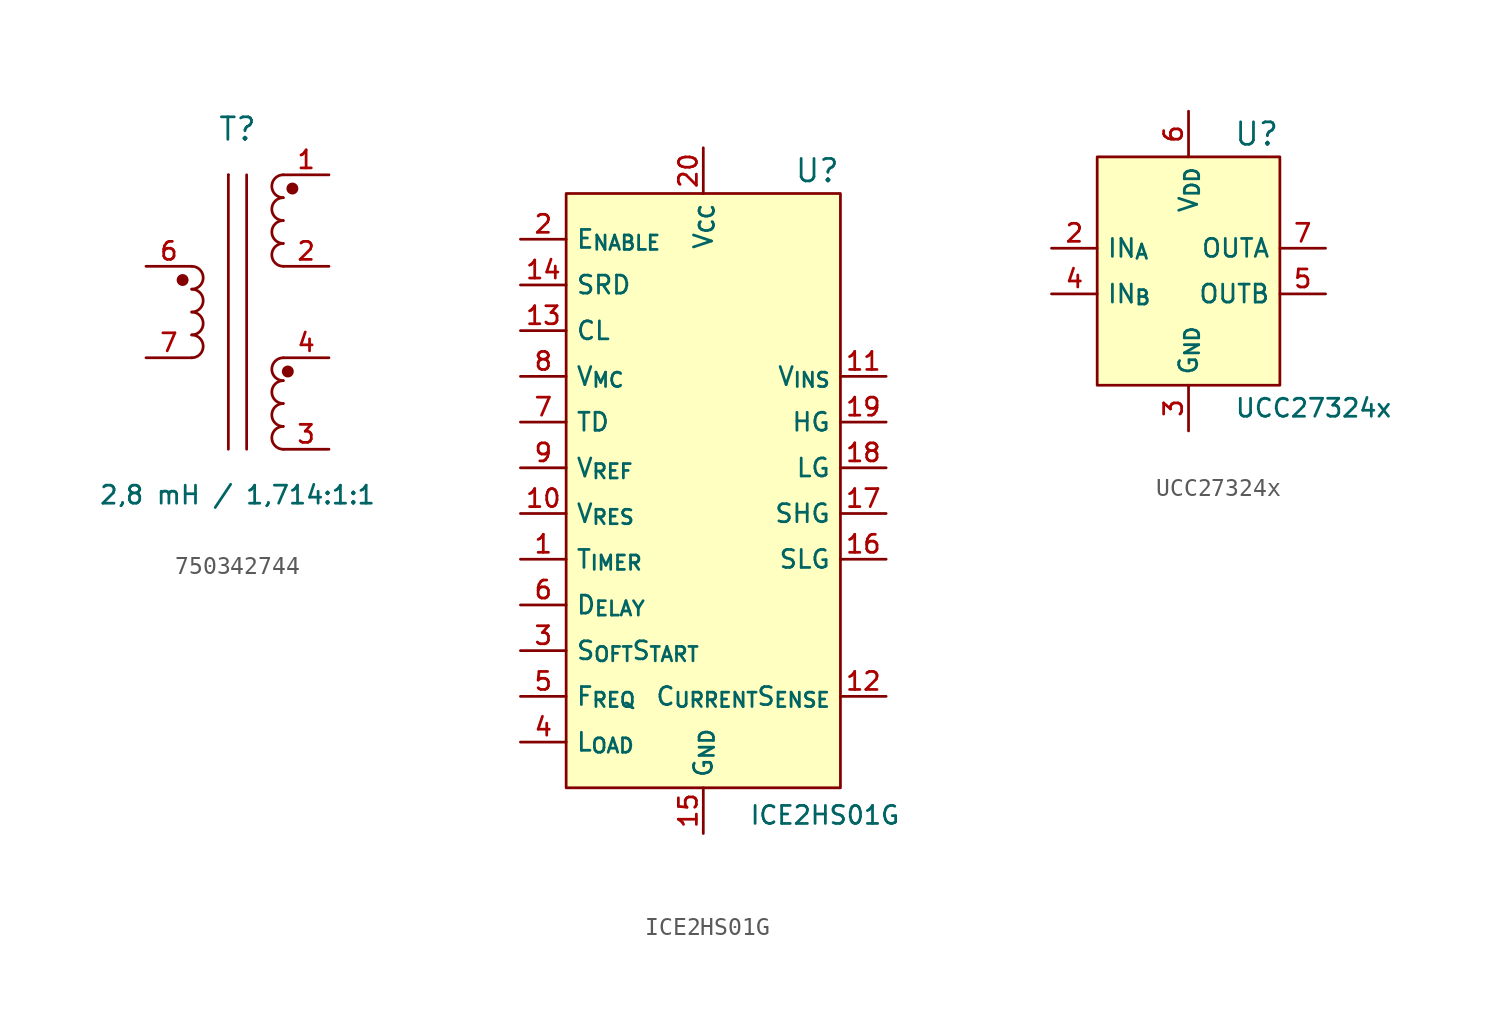
<source format=kicad_sym>
(kicad_symbol_lib
  (version 20241209)
  (generator "kicad_symbol_editor")
  (generator_version "9.0")
  (symbol "750342744"
    (pin_names
      (hide yes))
    (property "Reference" "T"
      (at 0 10.16 0)
      (effects (font (size 1.25 1.25))))
    (property "Value" "2,8 mH / 1,714:1:1"
      (at 0 -10.16 0)
      (effects (font (size 1 1))))
    (symbol "750342744_0_1"
      (arc (start -2.54 2.54) (mid -1.905 1.905) (end -2.54 1.27) (stroke (width 0) (type default)) (fill (type none)))
      (arc (start -2.54 1.27) (mid -1.905 0.635) (end -2.54 0) (stroke (width 0) (type default)) (fill (type none)))
      (arc (start -2.54 0) (mid -1.905 -0.635) (end -2.54 -1.27) (stroke (width 0) (type default)) (fill (type none)))
      (arc (start -2.54 -1.27) (mid -1.905 -1.905) (end -2.54 -2.54) (stroke (width 0) (type default)) (fill (type none)))
      (polyline (pts (xy -0.508 7.62) (xy -0.508 7.62)) (stroke (width 0) (type default)) (fill (type none)))
      (arc (start 2.54 6.35) (mid 1.905 6.985) (end 2.54 7.62) (stroke (width 0) (type default)) (fill (type none)))
      (arc (start 2.54 5.08) (mid 1.905 5.715) (end 2.54 6.35) (stroke (width 0) (type default)) (fill (type none)))
      (arc (start 2.54 3.81) (mid 1.905 4.445) (end 2.54 5.08) (stroke (width 0) (type default)) (fill (type none)))
      (arc (start 2.54 2.54) (mid 1.905 3.175) (end 2.54 3.81) (stroke (width 0) (type default)) (fill (type none)))
      (arc (start 2.54 -3.81) (mid 1.905 -3.175) (end 2.54 -2.54) (stroke (width 0) (type default)) (fill (type none)))
      (arc (start 2.54 -5.08) (mid 1.905 -4.445) (end 2.54 -3.81) (stroke (width 0) (type default)) (fill (type none)))
      (arc (start 2.54 -6.35) (mid 1.905 -5.715) (end 2.54 -5.08) (stroke (width 0) (type default)) (fill (type none)))
      (arc (start 2.54 -7.62) (mid 1.905 -6.985) (end 2.54 -6.35) (stroke (width 0) (type default)) (fill (type none))))
    (symbol "750342744_1_1"
      (circle (center -3.048 1.778) (radius 0.254) (stroke (width 0) (type solid)) (fill (type outline)))
      (polyline (pts (xy -0.508 -7.62) (xy -0.508 7.62)) (stroke (width 0) (type solid)) (fill (type none)))
      (polyline (pts (xy 0.508 7.62) (xy 0.508 -7.62)) (stroke (width 0) (type solid)) (fill (type none)))
      (circle (center 2.794 -3.302) (radius 0.254) (stroke (width 0) (type solid)) (fill (type outline)))
      (circle (center 3.048 6.858) (radius 0.254) (stroke (width 0) (type solid)) (fill (type outline)))
      (pin passive line (at -5.08 2.54 0) (length 2.54) (name "6" (effects (font (size 1 1)))) (number "6" (effects (font (size 1 1)))))
      (pin passive line (at -5.08 -2.54 0) (length 2.54) (name "7" (effects (font (size 1 1)))) (number "7" (effects (font (size 1 1)))))
      (pin passive line (at 5.08 7.62 180) (length 2.54) (name "1" (effects (font (size 1 1)))) (number "1" (effects (font (size 1 1)))))
      (pin passive line (at 5.08 2.54 180) (length 2.54) (name "2" (effects (font (size 1 1)))) (number "2" (effects (font (size 1 1)))))
      (pin passive line (at 5.08 -2.54 180) (length 2.54) (name "4" (effects (font (size 1 1)))) (number "4" (effects (font (size 1 1)))))
      (pin passive line (at 5.08 -7.62 180) (length 2.54) (name "3" (effects (font (size 1 1)))) (number "3" (effects (font (size 1 1)))))))
  (symbol "ICE2HS01G"
    (property "Reference" "U"
      (at 7.62 16.51 0)
      (effects (font (size 1.25 1.25)) (justify right)))
    (property "Value" "ICE2HS01G"
      (at 2.54 -19.304 0)
      (effects (font (size 1 1)) (justify left)))
    (symbol "ICE2HS01G_1_1"
      (rectangle (start -7.62 15.24) (end 7.62 -17.78) (stroke (width 0) (type solid)) (fill (type background)))
      (pin passive line (at -10.16 12.7 0) (length 2.54) (name "E_{NABLE}" (effects (font (size 1 1)))) (number "2" (effects (font (size 1 1)))))
      (pin bidirectional line (at -10.16 10.16 0) (length 2.54) (name "SRD" (effects (font (size 1 1)))) (number "14" (effects (font (size 1 1)))))
      (pin bidirectional line (at -10.16 7.62 0) (length 2.54) (name "CL" (effects (font (size 1 1)))) (number "13" (effects (font (size 1 1)))))
      (pin input line (at -10.16 5.08 0) (length 2.54) (name "V_{MC}" (effects (font (size 1 1)))) (number "8" (effects (font (size 1 1)))))
      (pin input line (at -10.16 2.54 0) (length 2.54) (name "TD" (effects (font (size 1 1)))) (number "7" (effects (font (size 1 1)))))
      (pin output line (at -10.16 0 0) (length 2.54) (name "V_{REF}" (effects (font (size 1 1)))) (number "9" (effects (font (size 1 1)))))
      (pin input line (at -10.16 -2.54 0) (length 2.54) (name "V_{RES}" (effects (font (size 1 1)))) (number "10" (effects (font (size 1 1)))))
      (pin bidirectional line (at -10.16 -5.08 0) (length 2.54) (name "T_{IMER}" (effects (font (size 1 1)))) (number "1" (effects (font (size 1 1)))))
      (pin input line (at -10.16 -7.62 0) (length 2.54) (name "D_{ELAY}" (effects (font (size 1 1)))) (number "6" (effects (font (size 1 1)))))
      (pin input line (at -10.16 -10.16 0) (length 2.54) (name "S_{OFT}S_{TART}" (effects (font (size 1 1)))) (number "3" (effects (font (size 1 1)))))
      (pin bidirectional line (at -10.16 -12.7 0) (length 2.54) (name "F_{REQ}" (effects (font (size 1 1)))) (number "5" (effects (font (size 1 1)))))
      (pin bidirectional line (at -10.16 -15.24 0) (length 2.54) (name "L_{OAD}" (effects (font (size 1 1)))) (number "4" (effects (font (size 1 1)))))
      (pin power_in line (at 0 17.78 270) (length 2.54) (name "V_{CC}" (effects (font (size 1 1)))) (number "20" (effects (font (size 1 1)))))
      (pin power_in line (at 0 -20.32 90) (length 2.54) (name "G_{ND}" (effects (font (size 1 1)))) (number "15" (effects (font (size 1 1)))))
      (pin input line (at 10.16 5.08 180) (length 2.54) (name "V_{INS}" (effects (font (size 1 1)))) (number "11" (effects (font (size 1 1)))))
      (pin output line (at 10.16 2.54 180) (length 2.54) (name "HG" (effects (font (size 1 1)))) (number "19" (effects (font (size 1 1)))))
      (pin output line (at 10.16 0 180) (length 2.54) (name "LG" (effects (font (size 1 1)))) (number "18" (effects (font (size 1 1)))))
      (pin output line (at 10.16 -2.54 180) (length 2.54) (name "SHG" (effects (font (size 1 1)))) (number "17" (effects (font (size 1 1)))))
      (pin output line (at 10.16 -5.08 180) (length 2.54) (name "SLG" (effects (font (size 1 1)))) (number "16" (effects (font (size 1 1)))))
      (pin input line (at 10.16 -12.7 180) (length 2.54) (name "C_{URRENT}S_{ENSE}" (effects (font (size 1 1)))) (number "12" (effects (font (size 1 1)))))))
  (symbol "UCC27324x"
    (property "Reference" "U"
      (at 5.08 8.89 0)
      (effects (font (size 1.25 1.25)) (justify right)))
    (property "Value" "UCC27324x"
      (at 2.54 -6.35 0)
      (effects (font (size 1 1)) (justify left)))
    (symbol "UCC27324x_1_0"
      (rectangle (start -5.08 7.62) (end 5.08 -5.08) (stroke (width 0) (type solid)) (fill (type background)))
      (pin input line (at -7.62 2.54 0) (length 2.54) (name "IN_{A}" (effects (font (size 1 1)))) (number "2" (effects (font (size 1 1)))))
      (pin input line (at -7.62 0 0) (length 2.54) (name "IN_{B}" (effects (font (size 1 1)))) (number "4" (effects (font (size 1 1)))))
      (pin no_connect line (at -5.08 -5.08 0) (length 2.54) (hide yes) (name "N/A" (effects (font (size 1 1)))) (number "1" (effects (font (size 1 1)))))
      (pin no_connect line (at -5.08 -5.08 0) (length 2.54) (hide yes) (name "N/A" (effects (font (size 1 1)))) (number "8" (effects (font (size 1 1)))))
      (pin power_in line (at 0 10.16 270) (length 2.54) (name "V_{DD}" (effects (font (size 1 1)))) (number "6" (effects (font (size 1 1)))))
      (pin power_in line (at 0 -7.62 90) (length 2.54) (name "G_{ND}" (effects (font (size 1 1)))) (number "3" (effects (font (size 1 1)))))
      (pin output line (at 7.62 2.54 180) (length 2.54) (name "OUTA" (effects (font (size 1 1)))) (number "7" (effects (font (size 1 1)))))
      (pin output line (at 7.62 0 180) (length 2.54) (name "OUTB" (effects (font (size 1 1)))) (number "5" (effects (font (size 1 1))))))))
</source>
